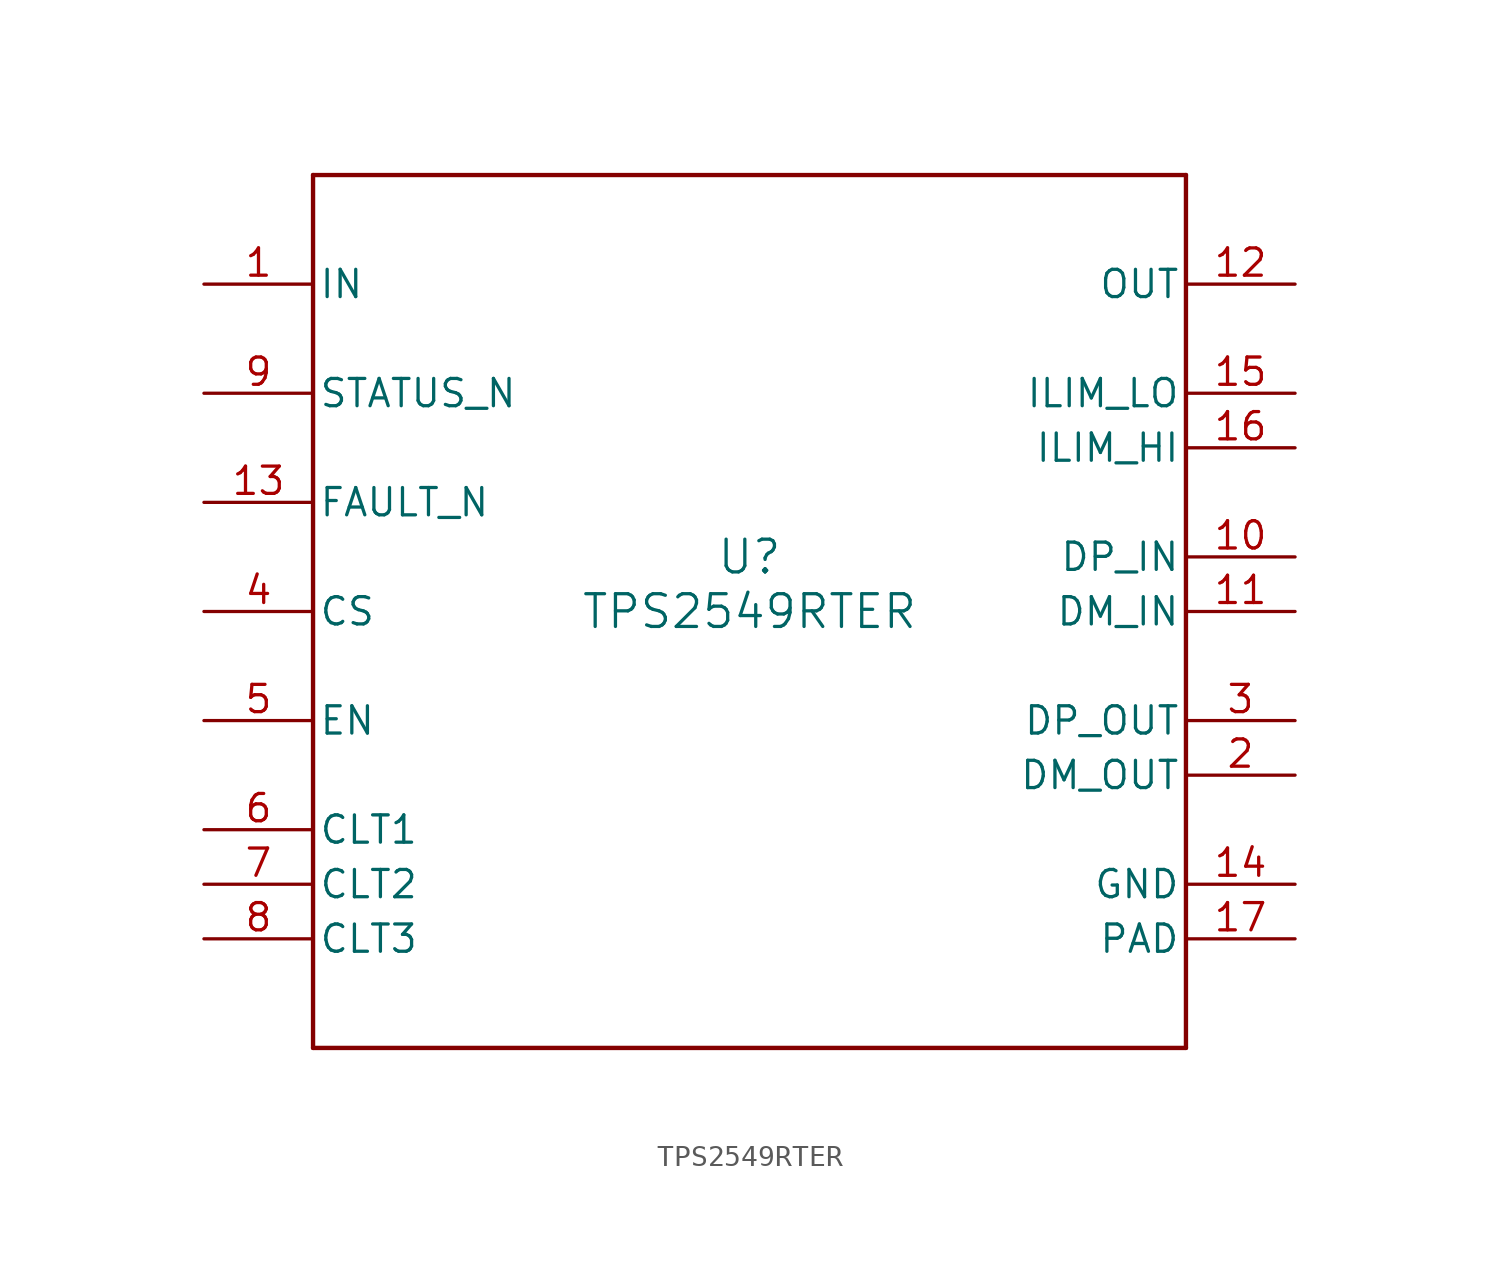
<source format=kicad_sym>
(kicad_symbol_lib
  (version 20211014)
  (generator kicad_symbol_editor)
  (symbol "TPS2549RTER"
    (pin_names
      (offset 0.254))
    (property "Reference" "U"
      (at 0 2.54 0)
      (effects (font (size 1.524 1.524))))
    (property "Value" "TPS2549RTER"
      (at 0 0 0)
      (effects (font (size 1.524 1.524))))
    (symbol "TPS2549RTER_0_1"
      (polyline (pts (xy -20.32 -20.32) (xy 20.32 -20.32)) (stroke (width 0.203) (type default) (color 0 0 0 0)) (fill (type none)))
      (polyline (pts (xy 20.32 -20.32) (xy 20.32 20.32)) (stroke (width 0.203) (type default) (color 0 0 0 0)) (fill (type none)))
      (polyline (pts (xy 20.32 20.32) (xy -20.32 20.32)) (stroke (width 0.203) (type default) (color 0 0 0 0)) (fill (type none)))
      (polyline (pts (xy -20.32 20.32) (xy -20.32 -20.32)) (stroke (width 0.203) (type default) (color 0 0 0 0)) (fill (type none)))
      (pin power_in line (at -25.4 15.24 0) (length 5.08) (name "IN" (effects (font (size 1.27 1.27)))) (number "1" (effects (font (size 1.27 1.27)))))
      (pin output line (at 25.4 -7.62 180) (length 5.08) (name "DM_OUT" (effects (font (size 1.27 1.27)))) (number "2" (effects (font (size 1.27 1.27)))))
      (pin output line (at 25.4 -5.08 180) (length 5.08) (name "DP_OUT" (effects (font (size 1.27 1.27)))) (number "3" (effects (font (size 1.27 1.27)))))
      (pin input line (at -25.4 0 0) (length 5.08) (name "CS" (effects (font (size 1.27 1.27)))) (number "4" (effects (font (size 1.27 1.27)))))
      (pin input line (at -25.4 -5.08 0) (length 5.08) (name "EN" (effects (font (size 1.27 1.27)))) (number "5" (effects (font (size 1.27 1.27)))))
      (pin input line (at -25.4 -10.16 0) (length 5.08) (name "CLT1" (effects (font (size 1.27 1.27)))) (number "6" (effects (font (size 1.27 1.27)))))
      (pin input line (at -25.4 -12.7 0) (length 5.08) (name "CLT2" (effects (font (size 1.27 1.27)))) (number "7" (effects (font (size 1.27 1.27)))))
      (pin input line (at -25.4 -15.24 0) (length 5.08) (name "CLT3" (effects (font (size 1.27 1.27)))) (number "8" (effects (font (size 1.27 1.27)))))
      (pin open_collector line (at -25.4 10.16 0) (length 5.08) (name "STATUS_N" (effects (font (size 1.27 1.27)))) (number "9" (effects (font (size 1.27 1.27)))))
      (pin bidirectional line (at 25.4 2.54 180) (length 5.08) (name "DP_IN" (effects (font (size 1.27 1.27)))) (number "10" (effects (font (size 1.27 1.27)))))
      (pin bidirectional line (at 25.4 0 180) (length 5.08) (name "DM_IN" (effects (font (size 1.27 1.27)))) (number "11" (effects (font (size 1.27 1.27)))))
      (pin power_in line (at 25.4 15.24 180) (length 5.08) (name "OUT" (effects (font (size 1.27 1.27)))) (number "12" (effects (font (size 1.27 1.27)))))
      (pin open_collector line (at -25.4 5.08 0) (length 5.08) (name "FAULT_N" (effects (font (size 1.27 1.27)))) (number "13" (effects (font (size 1.27 1.27)))))
      (pin power_in line (at 25.4 -12.7 180) (length 5.08) (name "GND" (effects (font (size 1.27 1.27)))) (number "14" (effects (font (size 1.27 1.27)))))
      (pin input line (at 25.4 10.16 180) (length 5.08) (name "ILIM_LO" (effects (font (size 1.27 1.27)))) (number "15" (effects (font (size 1.27 1.27)))))
      (pin input line (at 25.4 7.62 180) (length 5.08) (name "ILIM_HI" (effects (font (size 1.27 1.27)))) (number "16" (effects (font (size 1.27 1.27)))))
      (pin power_in line (at 25.4 -15.24 180) (length 5.08) (name "PAD" (effects (font (size 1.27 1.27)))) (number "17" (effects (font (size 1.27 1.27))))))))
</source>
